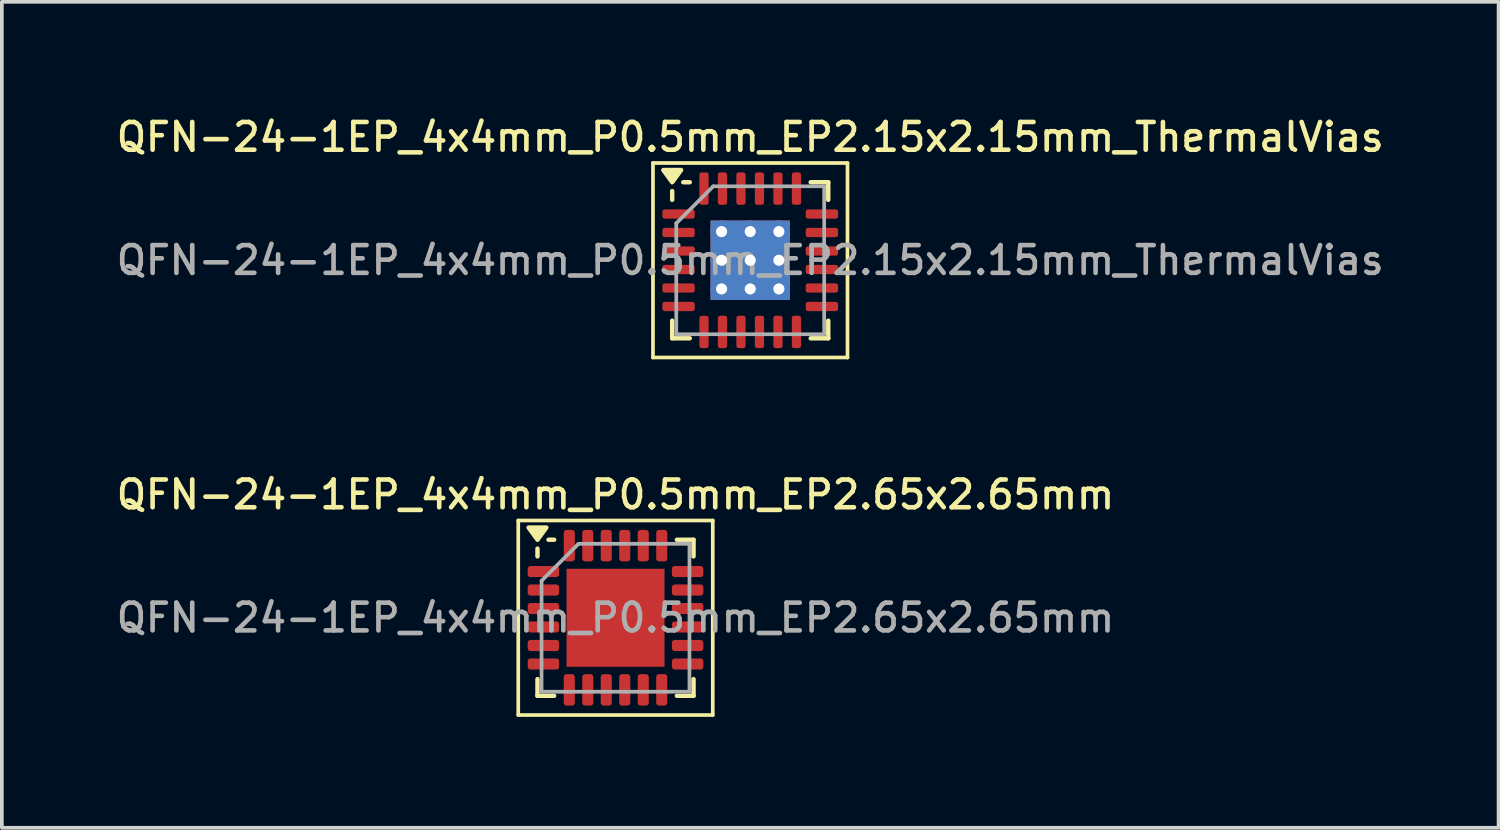
<source format=kicad_pcb>
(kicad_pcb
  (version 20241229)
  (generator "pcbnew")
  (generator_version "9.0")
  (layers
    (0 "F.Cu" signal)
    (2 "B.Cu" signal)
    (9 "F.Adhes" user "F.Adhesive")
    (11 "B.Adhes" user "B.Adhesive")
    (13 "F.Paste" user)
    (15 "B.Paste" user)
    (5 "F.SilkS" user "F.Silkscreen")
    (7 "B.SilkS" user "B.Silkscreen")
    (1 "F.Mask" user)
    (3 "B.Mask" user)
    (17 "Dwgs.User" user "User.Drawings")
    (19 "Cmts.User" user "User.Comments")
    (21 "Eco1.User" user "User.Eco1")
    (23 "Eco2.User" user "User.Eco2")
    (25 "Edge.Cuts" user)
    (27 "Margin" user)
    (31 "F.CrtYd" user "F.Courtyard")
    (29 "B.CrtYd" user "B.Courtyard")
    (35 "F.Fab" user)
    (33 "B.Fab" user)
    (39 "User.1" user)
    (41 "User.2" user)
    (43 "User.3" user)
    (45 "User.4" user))
  (footprint "QFN-24-1EP_4x4mm_P0.5mm_EP2.15x2.15mm_ThermalVias"
    (layer "F.Cu")
    (at 17.238 3.988)
    (property "Reference" "QFN-24-1EP_4x4mm_P0.5mm_EP2.15x2.15mm_ThermalVias" (at 0 -3.33 0) (layer "F.SilkS") (effects (font (size 0.75 0.75) (thickness 0.125))))
    (attr smd)
    (fp_line (start -2.63 -2.63) (end -2.63 2.63) (stroke (width 0.1) (type solid)) (layer "F.SilkS"))
    (fp_line (start -2.63 2.63) (end 2.63 2.63) (stroke (width 0.1) (type solid)) (layer "F.SilkS"))
    (fp_line (start -2.11 -1.635) (end -2.11 -1.87) (stroke (width 0.12) (type solid)) (layer "F.SilkS"))
    (fp_line (start -2.11 2.11) (end -2.11 1.635) (stroke (width 0.12) (type solid)) (layer "F.SilkS"))
    (fp_line (start -1.635 -2.11) (end -1.81 -2.11) (stroke (width 0.12) (type solid)) (layer "F.SilkS"))
    (fp_line (start -1.635 2.11) (end -2.11 2.11) (stroke (width 0.12) (type solid)) (layer "F.SilkS"))
    (fp_line (start 1.635 -2.11) (end 2.11 -2.11) (stroke (width 0.12) (type solid)) (layer "F.SilkS"))
    (fp_line (start 1.635 2.11) (end 2.11 2.11) (stroke (width 0.12) (type solid)) (layer "F.SilkS"))
    (fp_line (start 2.11 -2.11) (end 2.11 -1.635) (stroke (width 0.12) (type solid)) (layer "F.SilkS"))
    (fp_line (start 2.11 2.11) (end 2.11 1.635) (stroke (width 0.12) (type solid)) (layer "F.SilkS"))
    (fp_line (start 2.63 -2.63) (end -2.63 -2.63) (stroke (width 0.1) (type solid)) (layer "F.SilkS"))
    (fp_line (start 2.63 2.63) (end 2.63 -2.63) (stroke (width 0.1) (type solid)) (layer "F.SilkS"))
    (fp_poly (pts (xy -2.11 -2.11) (xy -2.35 -2.44) (xy -1.87 -2.44) (xy -2.11 -2.11)) (stroke (width 0.12) (type solid)) (fill yes) (layer "F.SilkS"))
    (fp_line (start -2 -1) (end -1 -2) (stroke (width 0.1) (type solid)) (layer "F.Fab"))
    (fp_line (start -2 2) (end -2 -1) (stroke (width 0.1) (type solid)) (layer "F.Fab"))
    (fp_line (start -1 -2) (end 2 -2) (stroke (width 0.1) (type solid)) (layer "F.Fab"))
    (fp_line (start 2 -2) (end 2 2) (stroke (width 0.1) (type solid)) (layer "F.Fab"))
    (fp_line (start 2 2) (end -2 2) (stroke (width 0.1) (type solid)) (layer "F.Fab"))
    (fp_text user "${REFERENCE}" (at 0 0 0) (layer "F.Fab") (effects (font (size 0.75 0.75) (thickness 0.125))))
    (pad "" smd roundrect (at -0.54 -0.54) (size 0.87 0.87) (layers "F.Paste") (roundrect_rratio 0.25))
    (pad "" smd roundrect (at -0.54 0.54) (size 0.87 0.87) (layers "F.Paste") (roundrect_rratio 0.25))
    (pad "" smd roundrect (at 0.54 -0.54) (size 0.87 0.87) (layers "F.Paste") (roundrect_rratio 0.25))
    (pad "" smd roundrect (at 0.54 0.54) (size 0.87 0.87) (layers "F.Paste") (roundrect_rratio 0.25))
    (pad "1" smd roundrect (at -1.938 -1.25) (size 0.875 0.25) (layers "F.Cu" "F.Mask" "F.Paste") (roundrect_rratio 0.25))
    (pad "2" smd roundrect (at -1.938 -0.75) (size 0.875 0.25) (layers "F.Cu" "F.Mask" "F.Paste") (roundrect_rratio 0.25))
    (pad "3" smd roundrect (at -1.938 -0.25) (size 0.875 0.25) (layers "F.Cu" "F.Mask" "F.Paste") (roundrect_rratio 0.25))
    (pad "4" smd roundrect (at -1.938 0.25) (size 0.875 0.25) (layers "F.Cu" "F.Mask" "F.Paste") (roundrect_rratio 0.25))
    (pad "5" smd roundrect (at -1.938 0.75) (size 0.875 0.25) (layers "F.Cu" "F.Mask" "F.Paste") (roundrect_rratio 0.25))
    (pad "6" smd roundrect (at -1.938 1.25) (size 0.875 0.25) (layers "F.Cu" "F.Mask" "F.Paste") (roundrect_rratio 0.25))
    (pad "7" smd roundrect (at -1.25 1.938) (size 0.25 0.875) (layers "F.Cu" "F.Mask" "F.Paste") (roundrect_rratio 0.25))
    (pad "8" smd roundrect (at -0.75 1.938) (size 0.25 0.875) (layers "F.Cu" "F.Mask" "F.Paste") (roundrect_rratio 0.25))
    (pad "9" smd roundrect (at -0.25 1.938) (size 0.25 0.875) (layers "F.Cu" "F.Mask" "F.Paste") (roundrect_rratio 0.25))
    (pad "10" smd roundrect (at 0.25 1.938) (size 0.25 0.875) (layers "F.Cu" "F.Mask" "F.Paste") (roundrect_rratio 0.25))
    (pad "11" smd roundrect (at 0.75 1.938) (size 0.25 0.875) (layers "F.Cu" "F.Mask" "F.Paste") (roundrect_rratio 0.25))
    (pad "12" smd roundrect (at 1.25 1.938) (size 0.25 0.875) (layers "F.Cu" "F.Mask" "F.Paste") (roundrect_rratio 0.25))
    (pad "13" smd roundrect (at 1.938 1.25) (size 0.875 0.25) (layers "F.Cu" "F.Mask" "F.Paste") (roundrect_rratio 0.25))
    (pad "14" smd roundrect (at 1.938 0.75) (size 0.875 0.25) (layers "F.Cu" "F.Mask" "F.Paste") (roundrect_rratio 0.25))
    (pad "15" smd roundrect (at 1.938 0.25) (size 0.875 0.25) (layers "F.Cu" "F.Mask" "F.Paste") (roundrect_rratio 0.25))
    (pad "16" smd roundrect (at 1.938 -0.25) (size 0.875 0.25) (layers "F.Cu" "F.Mask" "F.Paste") (roundrect_rratio 0.25))
    (pad "17" smd roundrect (at 1.938 -0.75) (size 0.875 0.25) (layers "F.Cu" "F.Mask" "F.Paste") (roundrect_rratio 0.25))
    (pad "18" smd roundrect (at 1.938 -1.25) (size 0.875 0.25) (layers "F.Cu" "F.Mask" "F.Paste") (roundrect_rratio 0.25))
    (pad "19" smd roundrect (at 1.25 -1.938) (size 0.25 0.875) (layers "F.Cu" "F.Mask" "F.Paste") (roundrect_rratio 0.25))
    (pad "20" smd roundrect (at 0.75 -1.938) (size 0.25 0.875) (layers "F.Cu" "F.Mask" "F.Paste") (roundrect_rratio 0.25))
    (pad "21" smd roundrect (at 0.25 -1.938) (size 0.25 0.875) (layers "F.Cu" "F.Mask" "F.Paste") (roundrect_rratio 0.25))
    (pad "22" smd roundrect (at -0.25 -1.938) (size 0.25 0.875) (layers "F.Cu" "F.Mask" "F.Paste") (roundrect_rratio 0.25))
    (pad "23" smd roundrect (at -0.75 -1.938) (size 0.25 0.875) (layers "F.Cu" "F.Mask" "F.Paste") (roundrect_rratio 0.25))
    (pad "24" smd roundrect (at -1.25 -1.938) (size 0.25 0.875) (layers "F.Cu" "F.Mask" "F.Paste") (roundrect_rratio 0.25))
    (pad "25" thru_hole circle (at -0.775 -0.775) (size 0.6 0.6) (drill 0.3) (property pad_prop_heatsink) (layers "*.Cu"))
    (pad "25" thru_hole circle (at -0.775 0) (size 0.6 0.6) (drill 0.3) (property pad_prop_heatsink) (layers "*.Cu"))
    (pad "25" thru_hole circle (at -0.775 0.775) (size 0.6 0.6) (drill 0.3) (property pad_prop_heatsink) (layers "*.Cu"))
    (pad "25" thru_hole circle (at 0 -0.775) (size 0.6 0.6) (drill 0.3) (property pad_prop_heatsink) (layers "*.Cu"))
    (pad "25" thru_hole circle (at 0 0) (size 0.6 0.6) (drill 0.3) (property pad_prop_heatsink) (layers "*.Cu"))
    (pad "25" smd rect (at 0 0) (size 2.15 2.15) (property pad_prop_heatsink) (layers "F.Cu" "F.Mask"))
    (pad "25" smd rect (at 0 0) (size 2.15 2.15) (property pad_prop_heatsink) (layers "B.Cu"))
    (pad "25" thru_hole circle (at 0 0.775) (size 0.6 0.6) (drill 0.3) (property pad_prop_heatsink) (layers "*.Cu"))
    (pad "25" thru_hole circle (at 0.775 -0.775) (size 0.6 0.6) (drill 0.3) (property pad_prop_heatsink) (layers "*.Cu"))
    (pad "25" thru_hole circle (at 0.775 0) (size 0.6 0.6) (drill 0.3) (property pad_prop_heatsink) (layers "*.Cu"))
    (pad "25" thru_hole circle (at 0.775 0.775) (size 0.6 0.6) (drill 0.3) (property pad_prop_heatsink) (layers "*.Cu")))
  (footprint "QFN-24-1EP_4x4mm_P0.5mm_EP2.65x2.65mm"
    (layer "F.Cu")
    (at 13.595 13.656)
    (property "Reference" "QFN-24-1EP_4x4mm_P0.5mm_EP2.65x2.65mm" (at 0 -3.33 0) (layer "F.SilkS") (effects (font (size 0.75 0.75) (thickness 0.125))))
    (attr smd)
    (fp_line (start -2.63 -2.63) (end -2.63 2.63) (stroke (width 0.1) (type solid)) (layer "F.SilkS"))
    (fp_line (start -2.63 2.63) (end 2.63 2.63) (stroke (width 0.1) (type solid)) (layer "F.SilkS"))
    (fp_line (start -2.11 -1.66) (end -2.11 -1.87) (stroke (width 0.12) (type solid)) (layer "F.SilkS"))
    (fp_line (start -2.11 2.11) (end -2.11 1.66) (stroke (width 0.12) (type solid)) (layer "F.SilkS"))
    (fp_line (start -1.66 -2.11) (end -1.81 -2.11) (stroke (width 0.12) (type solid)) (layer "F.SilkS"))
    (fp_line (start -1.66 2.11) (end -2.11 2.11) (stroke (width 0.12) (type solid)) (layer "F.SilkS"))
    (fp_line (start 1.66 -2.11) (end 2.11 -2.11) (stroke (width 0.12) (type solid)) (layer "F.SilkS"))
    (fp_line (start 1.66 2.11) (end 2.11 2.11) (stroke (width 0.12) (type solid)) (layer "F.SilkS"))
    (fp_line (start 2.11 -2.11) (end 2.11 -1.66) (stroke (width 0.12) (type solid)) (layer "F.SilkS"))
    (fp_line (start 2.11 2.11) (end 2.11 1.66) (stroke (width 0.12) (type solid)) (layer "F.SilkS"))
    (fp_line (start 2.63 -2.63) (end -2.63 -2.63) (stroke (width 0.1) (type solid)) (layer "F.SilkS"))
    (fp_line (start 2.63 2.63) (end 2.63 -2.63) (stroke (width 0.1) (type solid)) (layer "F.SilkS"))
    (fp_poly (pts (xy -2.11 -2.11) (xy -2.35 -2.44) (xy -1.87 -2.44) (xy -2.11 -2.11)) (stroke (width 0.12) (type solid)) (fill yes) (layer "F.SilkS"))
    (fp_line (start -2 -1) (end -1 -2) (stroke (width 0.1) (type solid)) (layer "F.Fab"))
    (fp_line (start -2 2) (end -2 -1) (stroke (width 0.1) (type solid)) (layer "F.Fab"))
    (fp_line (start -1 -2) (end 2 -2) (stroke (width 0.1) (type solid)) (layer "F.Fab"))
    (fp_line (start 2 -2) (end 2 2) (stroke (width 0.1) (type solid)) (layer "F.Fab"))
    (fp_line (start 2 2) (end -2 2) (stroke (width 0.1) (type solid)) (layer "F.Fab"))
    (fp_text user "${REFERENCE}" (at 0 0 0) (layer "F.Fab") (effects (font (size 0.75 0.75) (thickness 0.125))))
    (pad "" smd roundrect (at -0.66 -0.66) (size 1.07 1.07) (layers "F.Paste") (roundrect_rratio 0.234))
    (pad "" smd roundrect (at -0.66 0.66) (size 1.07 1.07) (layers "F.Paste") (roundrect_rratio 0.234))
    (pad "" smd roundrect (at 0.66 -0.66) (size 1.07 1.07) (layers "F.Paste") (roundrect_rratio 0.234))
    (pad "" smd roundrect (at 0.66 0.66) (size 1.07 1.07) (layers "F.Paste") (roundrect_rratio 0.234))
    (pad "1" smd roundrect (at -1.95 -1.25) (size 0.85 0.3) (layers "F.Cu" "F.Mask" "F.Paste") (roundrect_rratio 0.25))
    (pad "2" smd roundrect (at -1.95 -0.75) (size 0.85 0.3) (layers "F.Cu" "F.Mask" "F.Paste") (roundrect_rratio 0.25))
    (pad "3" smd roundrect (at -1.95 -0.25) (size 0.85 0.3) (layers "F.Cu" "F.Mask" "F.Paste") (roundrect_rratio 0.25))
    (pad "4" smd roundrect (at -1.95 0.25) (size 0.85 0.3) (layers "F.Cu" "F.Mask" "F.Paste") (roundrect_rratio 0.25))
    (pad "5" smd roundrect (at -1.95 0.75) (size 0.85 0.3) (layers "F.Cu" "F.Mask" "F.Paste") (roundrect_rratio 0.25))
    (pad "6" smd roundrect (at -1.95 1.25) (size 0.85 0.3) (layers "F.Cu" "F.Mask" "F.Paste") (roundrect_rratio 0.25))
    (pad "7" smd roundrect (at -1.25 1.95) (size 0.3 0.85) (layers "F.Cu" "F.Mask" "F.Paste") (roundrect_rratio 0.25))
    (pad "8" smd roundrect (at -0.75 1.95) (size 0.3 0.85) (layers "F.Cu" "F.Mask" "F.Paste") (roundrect_rratio 0.25))
    (pad "9" smd roundrect (at -0.25 1.95) (size 0.3 0.85) (layers "F.Cu" "F.Mask" "F.Paste") (roundrect_rratio 0.25))
    (pad "10" smd roundrect (at 0.25 1.95) (size 0.3 0.85) (layers "F.Cu" "F.Mask" "F.Paste") (roundrect_rratio 0.25))
    (pad "11" smd roundrect (at 0.75 1.95) (size 0.3 0.85) (layers "F.Cu" "F.Mask" "F.Paste") (roundrect_rratio 0.25))
    (pad "12" smd roundrect (at 1.25 1.95) (size 0.3 0.85) (layers "F.Cu" "F.Mask" "F.Paste") (roundrect_rratio 0.25))
    (pad "13" smd roundrect (at 1.95 1.25) (size 0.85 0.3) (layers "F.Cu" "F.Mask" "F.Paste") (roundrect_rratio 0.25))
    (pad "14" smd roundrect (at 1.95 0.75) (size 0.85 0.3) (layers "F.Cu" "F.Mask" "F.Paste") (roundrect_rratio 0.25))
    (pad "15" smd roundrect (at 1.95 0.25) (size 0.85 0.3) (layers "F.Cu" "F.Mask" "F.Paste") (roundrect_rratio 0.25))
    (pad "16" smd roundrect (at 1.95 -0.25) (size 0.85 0.3) (layers "F.Cu" "F.Mask" "F.Paste") (roundrect_rratio 0.25))
    (pad "17" smd roundrect (at 1.95 -0.75) (size 0.85 0.3) (layers "F.Cu" "F.Mask" "F.Paste") (roundrect_rratio 0.25))
    (pad "18" smd roundrect (at 1.95 -1.25) (size 0.85 0.3) (layers "F.Cu" "F.Mask" "F.Paste") (roundrect_rratio 0.25))
    (pad "19" smd roundrect (at 1.25 -1.95) (size 0.3 0.85) (layers "F.Cu" "F.Mask" "F.Paste") (roundrect_rratio 0.25))
    (pad "20" smd roundrect (at 0.75 -1.95) (size 0.3 0.85) (layers "F.Cu" "F.Mask" "F.Paste") (roundrect_rratio 0.25))
    (pad "21" smd roundrect (at 0.25 -1.95) (size 0.3 0.85) (layers "F.Cu" "F.Mask" "F.Paste") (roundrect_rratio 0.25))
    (pad "22" smd roundrect (at -0.25 -1.95) (size 0.3 0.85) (layers "F.Cu" "F.Mask" "F.Paste") (roundrect_rratio 0.25))
    (pad "23" smd roundrect (at -0.75 -1.95) (size 0.3 0.85) (layers "F.Cu" "F.Mask" "F.Paste") (roundrect_rratio 0.25))
    (pad "24" smd roundrect (at -1.25 -1.95) (size 0.3 0.85) (layers "F.Cu" "F.Mask" "F.Paste") (roundrect_rratio 0.25))
    (pad "25" smd rect (at 0 0) (size 2.65 2.65) (property pad_prop_heatsink) (layers "F.Cu" "F.Mask")))
  (gr_rect
    (start -3 -3)
    (end 37.475 19.336)
    (stroke (width 0.1) (type default))
    (fill no)
    (layer "Edge.Cuts")))
</source>
